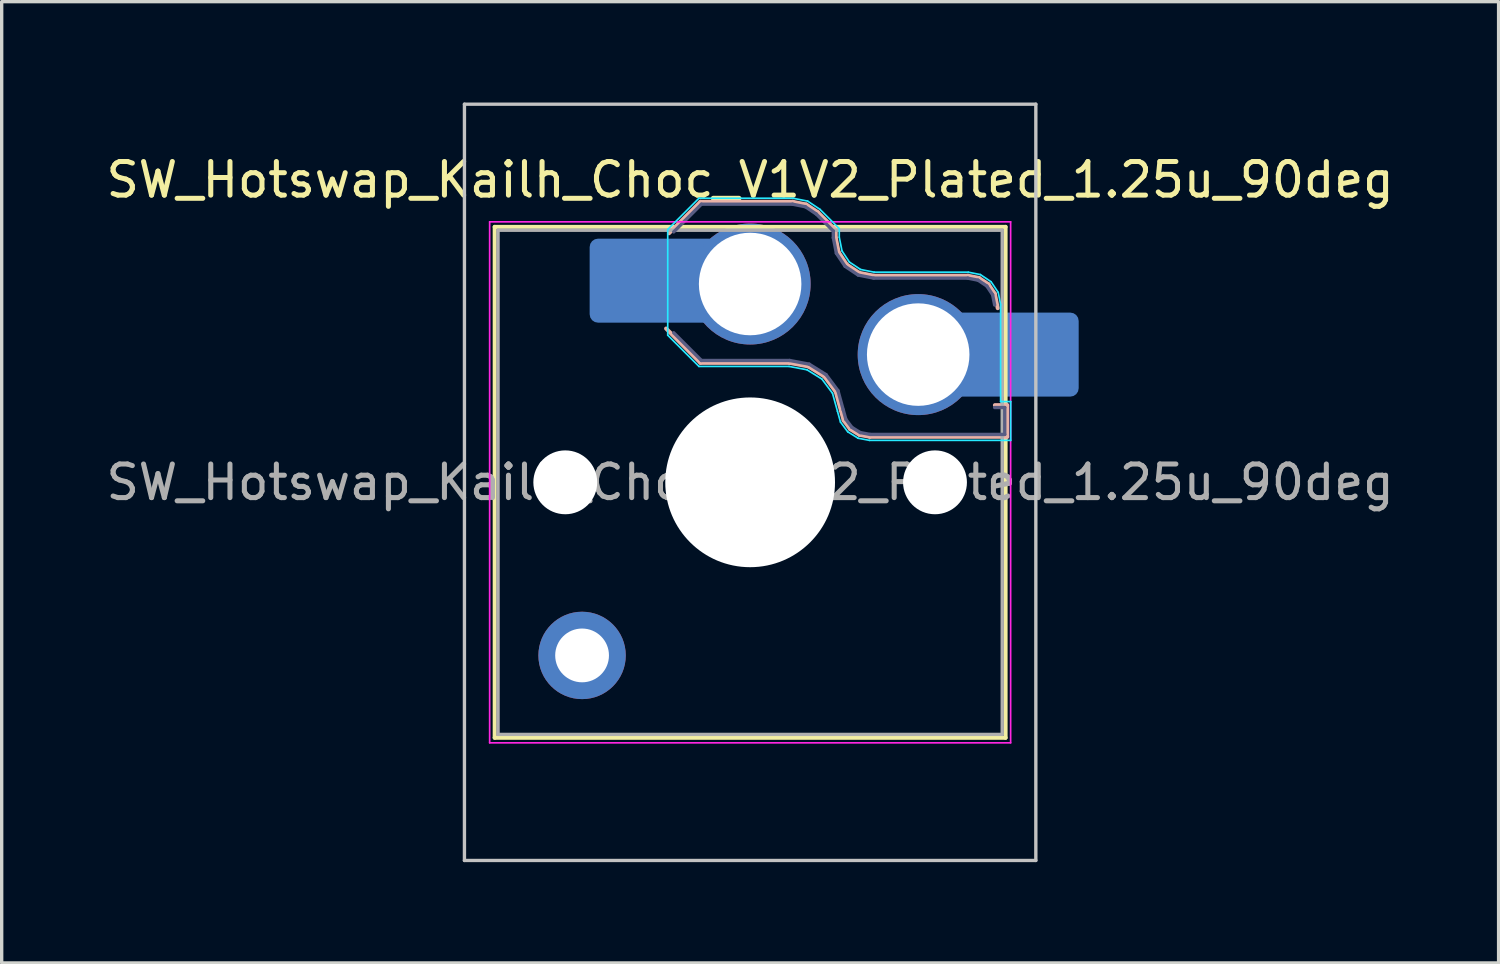
<source format=kicad_pcb>
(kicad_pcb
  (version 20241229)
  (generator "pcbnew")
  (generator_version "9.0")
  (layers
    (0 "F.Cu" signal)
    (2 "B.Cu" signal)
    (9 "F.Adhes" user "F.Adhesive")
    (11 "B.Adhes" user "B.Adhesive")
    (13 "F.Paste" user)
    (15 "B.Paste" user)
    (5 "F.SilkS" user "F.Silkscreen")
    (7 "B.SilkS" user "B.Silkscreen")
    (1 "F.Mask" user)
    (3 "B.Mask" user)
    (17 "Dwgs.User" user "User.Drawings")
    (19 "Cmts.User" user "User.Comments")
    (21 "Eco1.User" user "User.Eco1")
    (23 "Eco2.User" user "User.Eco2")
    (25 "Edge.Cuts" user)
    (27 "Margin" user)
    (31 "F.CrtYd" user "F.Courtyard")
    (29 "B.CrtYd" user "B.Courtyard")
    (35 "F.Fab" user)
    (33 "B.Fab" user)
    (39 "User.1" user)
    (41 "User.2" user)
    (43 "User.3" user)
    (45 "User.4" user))
  (footprint "SW_Hotswap_Kailh_Choc_V1V2_Plated_1.25u_90deg"
    (layer "F.Cu")
    (at 19.268 11.3)
    (property "Reference" "SW_Hotswap_Kailh_Choc_V1V2_Plated_1.25u_90deg" (at 0 -9 0) (layer "F.SilkS") (effects (font (size 1 1) (thickness 0.15))))
    (attr smd)
    (fp_line (start -7.6 -7.6) (end -7.6 7.6) (stroke (width 0.12) (type solid)) (layer "F.SilkS"))
    (fp_line (start -7.6 7.6) (end 7.6 7.6) (stroke (width 0.12) (type solid)) (layer "F.SilkS"))
    (fp_line (start 7.6 -7.6) (end -7.6 -7.6) (stroke (width 0.12) (type solid)) (layer "F.SilkS"))
    (fp_line (start 7.6 7.6) (end 7.6 -7.6) (stroke (width 0.12) (type solid)) (layer "F.SilkS"))
    (fp_line (start -2.416 -7.409) (end -1.479 -8.346) (stroke (width 0.12) (type solid)) (layer "B.SilkS"))
    (fp_line (start -1.479 -8.346) (end 1.268 -8.346) (stroke (width 0.12) (type solid)) (layer "B.SilkS"))
    (fp_line (start -1.479 -3.554) (end -2.5 -4.575) (stroke (width 0.12) (type solid)) (layer "B.SilkS"))
    (fp_line (start 1.168 -3.554) (end -1.479 -3.554) (stroke (width 0.12) (type solid)) (layer "B.SilkS"))
    (fp_line (start 1.268 -8.346) (end 1.671 -8.266) (stroke (width 0.12) (type solid)) (layer "B.SilkS"))
    (fp_line (start 1.671 -8.266) (end 2.013 -8.037) (stroke (width 0.12) (type solid)) (layer "B.SilkS"))
    (fp_line (start 1.73 -3.449) (end 1.168 -3.554) (stroke (width 0.12) (type solid)) (layer "B.SilkS"))
    (fp_line (start 2.013 -8.037) (end 2.546 -7.504) (stroke (width 0.12) (type solid)) (layer "B.SilkS"))
    (fp_line (start 2.209 -3.15) (end 1.73 -3.449) (stroke (width 0.12) (type solid)) (layer "B.SilkS"))
    (fp_line (start 2.546 -7.504) (end 2.546 -7.282) (stroke (width 0.12) (type solid)) (layer "B.SilkS"))
    (fp_line (start 2.546 -7.282) (end 2.633 -6.844) (stroke (width 0.12) (type solid)) (layer "B.SilkS"))
    (fp_line (start 2.547 -2.697) (end 2.209 -3.15) (stroke (width 0.12) (type solid)) (layer "B.SilkS"))
    (fp_line (start 2.633 -6.844) (end 2.877 -6.477) (stroke (width 0.12) (type solid)) (layer "B.SilkS"))
    (fp_line (start 2.701 -2.139) (end 2.547 -2.697) (stroke (width 0.12) (type solid)) (layer "B.SilkS"))
    (fp_line (start 2.783 -1.841) (end 2.701 -2.139) (stroke (width 0.12) (type solid)) (layer "B.SilkS"))
    (fp_line (start 2.877 -6.477) (end 3.244 -6.233) (stroke (width 0.12) (type solid)) (layer "B.SilkS"))
    (fp_line (start 2.976 -1.583) (end 2.783 -1.841) (stroke (width 0.12) (type solid)) (layer "B.SilkS"))
    (fp_line (start 3.244 -6.233) (end 3.682 -6.146) (stroke (width 0.12) (type solid)) (layer "B.SilkS"))
    (fp_line (start 3.25 -1.413) (end 2.976 -1.583) (stroke (width 0.12) (type solid)) (layer "B.SilkS"))
    (fp_line (start 3.56 -1.354) (end 3.25 -1.413) (stroke (width 0.12) (type solid)) (layer "B.SilkS"))
    (fp_line (start 3.682 -6.146) (end 6.482 -6.146) (stroke (width 0.12) (type solid)) (layer "B.SilkS"))
    (fp_line (start 6.482 -6.146) (end 6.809 -6.081) (stroke (width 0.12) (type solid)) (layer "B.SilkS"))
    (fp_line (start 6.809 -6.081) (end 7.092 -5.892) (stroke (width 0.12) (type solid)) (layer "B.SilkS"))
    (fp_line (start 7.092 -5.892) (end 7.281 -5.609) (stroke (width 0.12) (type solid)) (layer "B.SilkS"))
    (fp_line (start 7.281 -5.609) (end 7.366 -5.182) (stroke (width 0.12) (type solid)) (layer "B.SilkS"))
    (fp_line (start 7.283 -2.296) (end 7.646 -2.296) (stroke (width 0.12) (type solid)) (layer "B.SilkS"))
    (fp_line (start 7.646 -2.296) (end 7.646 -1.354) (stroke (width 0.12) (type solid)) (layer "B.SilkS"))
    (fp_line (start 7.646 -1.354) (end 3.56 -1.354) (stroke (width 0.12) (type solid)) (layer "B.SilkS"))
    (fp_line (start -8.5 -11.25) (end 8.5 -11.25) (stroke (width 0.1) (type solid)) (layer "Dwgs.User"))
    (fp_line (start -8.5 11.25) (end -8.5 -11.25) (stroke (width 0.1) (type solid)) (layer "Dwgs.User"))
    (fp_line (start 8.5 -11.25) (end 8.5 11.25) (stroke (width 0.1) (type solid)) (layer "Dwgs.User"))
    (fp_line (start 8.5 11.25) (end -8.5 11.25) (stroke (width 0.1) (type solid)) (layer "Dwgs.User"))
    (fp_line (start -7.25 -7.25) (end -7.25 7.25) (stroke (width 0.1) (type solid)) (layer "Eco1.User"))
    (fp_line (start -7.25 7.25) (end 7.25 7.25) (stroke (width 0.1) (type solid)) (layer "Eco1.User"))
    (fp_line (start 7.25 -7.25) (end -7.25 -7.25) (stroke (width 0.1) (type solid)) (layer "Eco1.User"))
    (fp_line (start 7.25 7.25) (end 7.25 -7.25) (stroke (width 0.1) (type solid)) (layer "Eco1.User"))
    (fp_line (start -2.452 -7.523) (end -1.523 -8.452) (stroke (width 0.05) (type solid)) (layer "B.CrtYd"))
    (fp_line (start -2.452 -4.377) (end -2.452 -7.523) (stroke (width 0.05) (type solid)) (layer "B.CrtYd"))
    (fp_line (start -1.523 -8.452) (end 1.278 -8.452) (stroke (width 0.05) (type solid)) (layer "B.CrtYd"))
    (fp_line (start -1.523 -3.448) (end -2.452 -4.377) (stroke (width 0.05) (type solid)) (layer "B.CrtYd"))
    (fp_line (start 1.159 -3.448) (end -1.523 -3.448) (stroke (width 0.05) (type solid)) (layer "B.CrtYd"))
    (fp_line (start 1.278 -8.452) (end 1.712 -8.366) (stroke (width 0.05) (type solid)) (layer "B.CrtYd"))
    (fp_line (start 1.691 -3.348) (end 1.159 -3.448) (stroke (width 0.05) (type solid)) (layer "B.CrtYd"))
    (fp_line (start 1.712 -8.366) (end 2.081 -8.119) (stroke (width 0.05) (type solid)) (layer "B.CrtYd"))
    (fp_line (start 2.081 -8.119) (end 2.652 -7.548) (stroke (width 0.05) (type solid)) (layer "B.CrtYd"))
    (fp_line (start 2.136 -3.071) (end 1.691 -3.348) (stroke (width 0.05) (type solid)) (layer "B.CrtYd"))
    (fp_line (start 2.45 -2.65) (end 2.136 -3.071) (stroke (width 0.05) (type solid)) (layer "B.CrtYd"))
    (fp_line (start 2.599 -2.111) (end 2.45 -2.65) (stroke (width 0.05) (type solid)) (layer "B.CrtYd"))
    (fp_line (start 2.652 -7.548) (end 2.652 -7.292) (stroke (width 0.05) (type solid)) (layer "B.CrtYd"))
    (fp_line (start 2.652 -7.292) (end 2.733 -6.885) (stroke (width 0.05) (type solid)) (layer "B.CrtYd"))
    (fp_line (start 2.687 -1.794) (end 2.599 -2.111) (stroke (width 0.05) (type solid)) (layer "B.CrtYd"))
    (fp_line (start 2.733 -6.885) (end 2.953 -6.553) (stroke (width 0.05) (type solid)) (layer "B.CrtYd"))
    (fp_line (start 2.903 -1.503) (end 2.687 -1.794) (stroke (width 0.05) (type solid)) (layer "B.CrtYd"))
    (fp_line (start 2.953 -6.553) (end 3.285 -6.333) (stroke (width 0.05) (type solid)) (layer "B.CrtYd"))
    (fp_line (start 3.211 -1.312) (end 2.903 -1.503) (stroke (width 0.05) (type solid)) (layer "B.CrtYd"))
    (fp_line (start 3.285 -6.333) (end 3.692 -6.252) (stroke (width 0.05) (type solid)) (layer "B.CrtYd"))
    (fp_line (start 3.55 -1.248) (end 3.211 -1.312) (stroke (width 0.05) (type solid)) (layer "B.CrtYd"))
    (fp_line (start 3.692 -6.252) (end 6.492 -6.252) (stroke (width 0.05) (type solid)) (layer "B.CrtYd"))
    (fp_line (start 6.492 -6.252) (end 6.85 -6.181) (stroke (width 0.05) (type solid)) (layer "B.CrtYd"))
    (fp_line (start 6.85 -6.181) (end 7.168 -5.968) (stroke (width 0.05) (type solid)) (layer "B.CrtYd"))
    (fp_line (start 7.168 -5.968) (end 7.381 -5.65) (stroke (width 0.05) (type solid)) (layer "B.CrtYd"))
    (fp_line (start 7.381 -5.65) (end 7.452 -5.292) (stroke (width 0.05) (type solid)) (layer "B.CrtYd"))
    (fp_line (start 7.452 -5.292) (end 7.452 -2.402) (stroke (width 0.05) (type solid)) (layer "B.CrtYd"))
    (fp_line (start 7.452 -2.402) (end 7.752 -2.402) (stroke (width 0.05) (type solid)) (layer "B.CrtYd"))
    (fp_line (start 7.752 -2.402) (end 7.752 -1.248) (stroke (width 0.05) (type solid)) (layer "B.CrtYd"))
    (fp_line (start 7.752 -1.248) (end 3.55 -1.248) (stroke (width 0.05) (type solid)) (layer "B.CrtYd"))
    (fp_line (start -7.75 -7.75) (end -7.75 7.75) (stroke (width 0.05) (type solid)) (layer "F.CrtYd"))
    (fp_line (start -7.75 7.75) (end 7.75 7.75) (stroke (width 0.05) (type solid)) (layer "F.CrtYd"))
    (fp_line (start 7.75 -7.75) (end -7.75 -7.75) (stroke (width 0.05) (type solid)) (layer "F.CrtYd"))
    (fp_line (start 7.75 7.75) (end 7.75 -7.75) (stroke (width 0.05) (type solid)) (layer "F.CrtYd"))
    (fp_line (start -2.275 -7.45) (end -1.45 -8.275) (stroke (width 0.1) (type solid)) (layer "B.Fab"))
    (fp_line (start -1.45 -8.275) (end 1.261 -8.275) (stroke (width 0.1) (type solid)) (layer "B.Fab"))
    (fp_line (start -1.45 -3.625) (end -2.275 -4.45) (stroke (width 0.1) (type solid)) (layer "B.Fab"))
    (fp_line (start 1.175 -3.625) (end -1.45 -3.625) (stroke (width 0.1) (type solid)) (layer "B.Fab"))
    (fp_line (start 1.261 -8.275) (end 1.643 -8.199) (stroke (width 0.1) (type solid)) (layer "B.Fab"))
    (fp_line (start 1.643 -8.199) (end 1.968 -7.982) (stroke (width 0.1) (type solid)) (layer "B.Fab"))
    (fp_line (start 1.756 -3.516) (end 1.175 -3.625) (stroke (width 0.1) (type solid)) (layer "B.Fab"))
    (fp_line (start 1.968 -7.982) (end 2.475 -7.475) (stroke (width 0.1) (type solid)) (layer "B.Fab"))
    (fp_line (start 2.258 -3.203) (end 1.756 -3.516) (stroke (width 0.1) (type solid)) (layer "B.Fab"))
    (fp_line (start 2.475 -7.475) (end 2.475 -7.275) (stroke (width 0.1) (type solid)) (layer "B.Fab"))
    (fp_line (start 2.475 -7.275) (end 2.566 -6.816) (stroke (width 0.1) (type solid)) (layer "B.Fab"))
    (fp_line (start 2.566 -6.816) (end 2.826 -6.426) (stroke (width 0.1) (type solid)) (layer "B.Fab"))
    (fp_line (start 2.612 -2.729) (end 2.258 -3.203) (stroke (width 0.1) (type solid)) (layer "B.Fab"))
    (fp_line (start 2.769 -2.158) (end 2.612 -2.729) (stroke (width 0.1) (type solid)) (layer "B.Fab"))
    (fp_line (start 2.826 -6.426) (end 3.216 -6.166) (stroke (width 0.1) (type solid)) (layer "B.Fab"))
    (fp_line (start 2.848 -1.873) (end 2.769 -2.158) (stroke (width 0.1) (type solid)) (layer "B.Fab"))
    (fp_line (start 3.025 -1.636) (end 2.848 -1.873) (stroke (width 0.1) (type solid)) (layer "B.Fab"))
    (fp_line (start 3.216 -6.166) (end 3.675 -6.075) (stroke (width 0.1) (type solid)) (layer "B.Fab"))
    (fp_line (start 3.276 -1.48) (end 3.025 -1.636) (stroke (width 0.1) (type solid)) (layer "B.Fab"))
    (fp_line (start 3.567 -1.425) (end 3.276 -1.48) (stroke (width 0.1) (type solid)) (layer "B.Fab"))
    (fp_line (start 3.675 -6.075) (end 6.475 -6.075) (stroke (width 0.1) (type solid)) (layer "B.Fab"))
    (fp_line (start 6.475 -6.075) (end 6.781 -6.014) (stroke (width 0.1) (type solid)) (layer "B.Fab"))
    (fp_line (start 6.781 -6.014) (end 7.041 -5.841) (stroke (width 0.1) (type solid)) (layer "B.Fab"))
    (fp_line (start 7.041 -5.841) (end 7.214 -5.581) (stroke (width 0.1) (type solid)) (layer "B.Fab"))
    (fp_line (start 7.214 -5.581) (end 7.275 -5.275) (stroke (width 0.1) (type solid)) (layer "B.Fab"))
    (fp_line (start 7.275 -2.225) (end 7.575 -2.225) (stroke (width 0.1) (type solid)) (layer "B.Fab"))
    (fp_line (start 7.575 -2.225) (end 7.575 -1.425) (stroke (width 0.1) (type solid)) (layer "B.Fab"))
    (fp_line (start 7.575 -1.425) (end 3.567 -1.425) (stroke (width 0.1) (type solid)) (layer "B.Fab"))
    (fp_line (start -7.5 -7.5) (end -7.5 7.5) (stroke (width 0.1) (type solid)) (layer "F.Fab"))
    (fp_line (start -7.5 7.5) (end 7.5 7.5) (stroke (width 0.1) (type solid)) (layer "F.Fab"))
    (fp_line (start 7.5 -7.5) (end -7.5 -7.5) (stroke (width 0.1) (type solid)) (layer "F.Fab"))
    (fp_line (start 7.5 7.5) (end 7.5 -7.5) (stroke (width 0.1) (type solid)) (layer "F.Fab"))
    (fp_text user "${REFERENCE}" (at 0 0 0) (layer "F.Fab") (effects (font (size 1 1) (thickness 0.15))))
    (pad "" np_thru_hole circle (at -5.5 0) (size 1.9 1.9) (drill 1.9) (layers "*.Cu" "*.Mask"))
    (pad "" thru_hole circle (at -5 5.15) (size 2.6 2.6) (drill 1.6) (layers "*.Cu" "*.Mask"))
    (pad "" smd roundrect (at -3.5 -6) (size 2.55 2.5) (layers "B.Mask" "B.Paste") (roundrect_rratio 0.1))
    (pad "" np_thru_hole circle (at 0 0) (size 5.05 5.05) (drill 5.05) (layers "*.Cu" "*.Mask"))
    (pad "" np_thru_hole circle (at 5.5 0) (size 1.9 1.9) (drill 1.9) (layers "*.Cu" "*.Mask"))
    (pad "" smd roundrect (at 8.5 -3.8) (size 2.55 2.5) (layers "B.Mask" "B.Paste") (roundrect_rratio 0.1))
    (pad "1" smd roundrect (at -2.85 -6) (size 3.85 2.5) (layers "B.Cu") (roundrect_rratio 0.1))
    (pad "1" thru_hole circle (at 0 -5.9) (size 3.6 3.6) (drill 3.05) (layers "*.Cu" "*.Mask"))
    (pad "2" thru_hole circle (at 5 -3.8) (size 3.6 3.6) (drill 3.05) (layers "*.Cu" "*.Mask"))
    (pad "2" smd roundrect (at 7.85 -3.8) (size 3.85 2.5) (layers "B.Cu") (roundrect_rratio 0.1)))
  (gr_rect
    (start -3 -3)
    (end 41.536 25.6)
    (stroke (width 0.1) (type default))
    (fill no)
    (layer "Edge.Cuts")))
</source>
